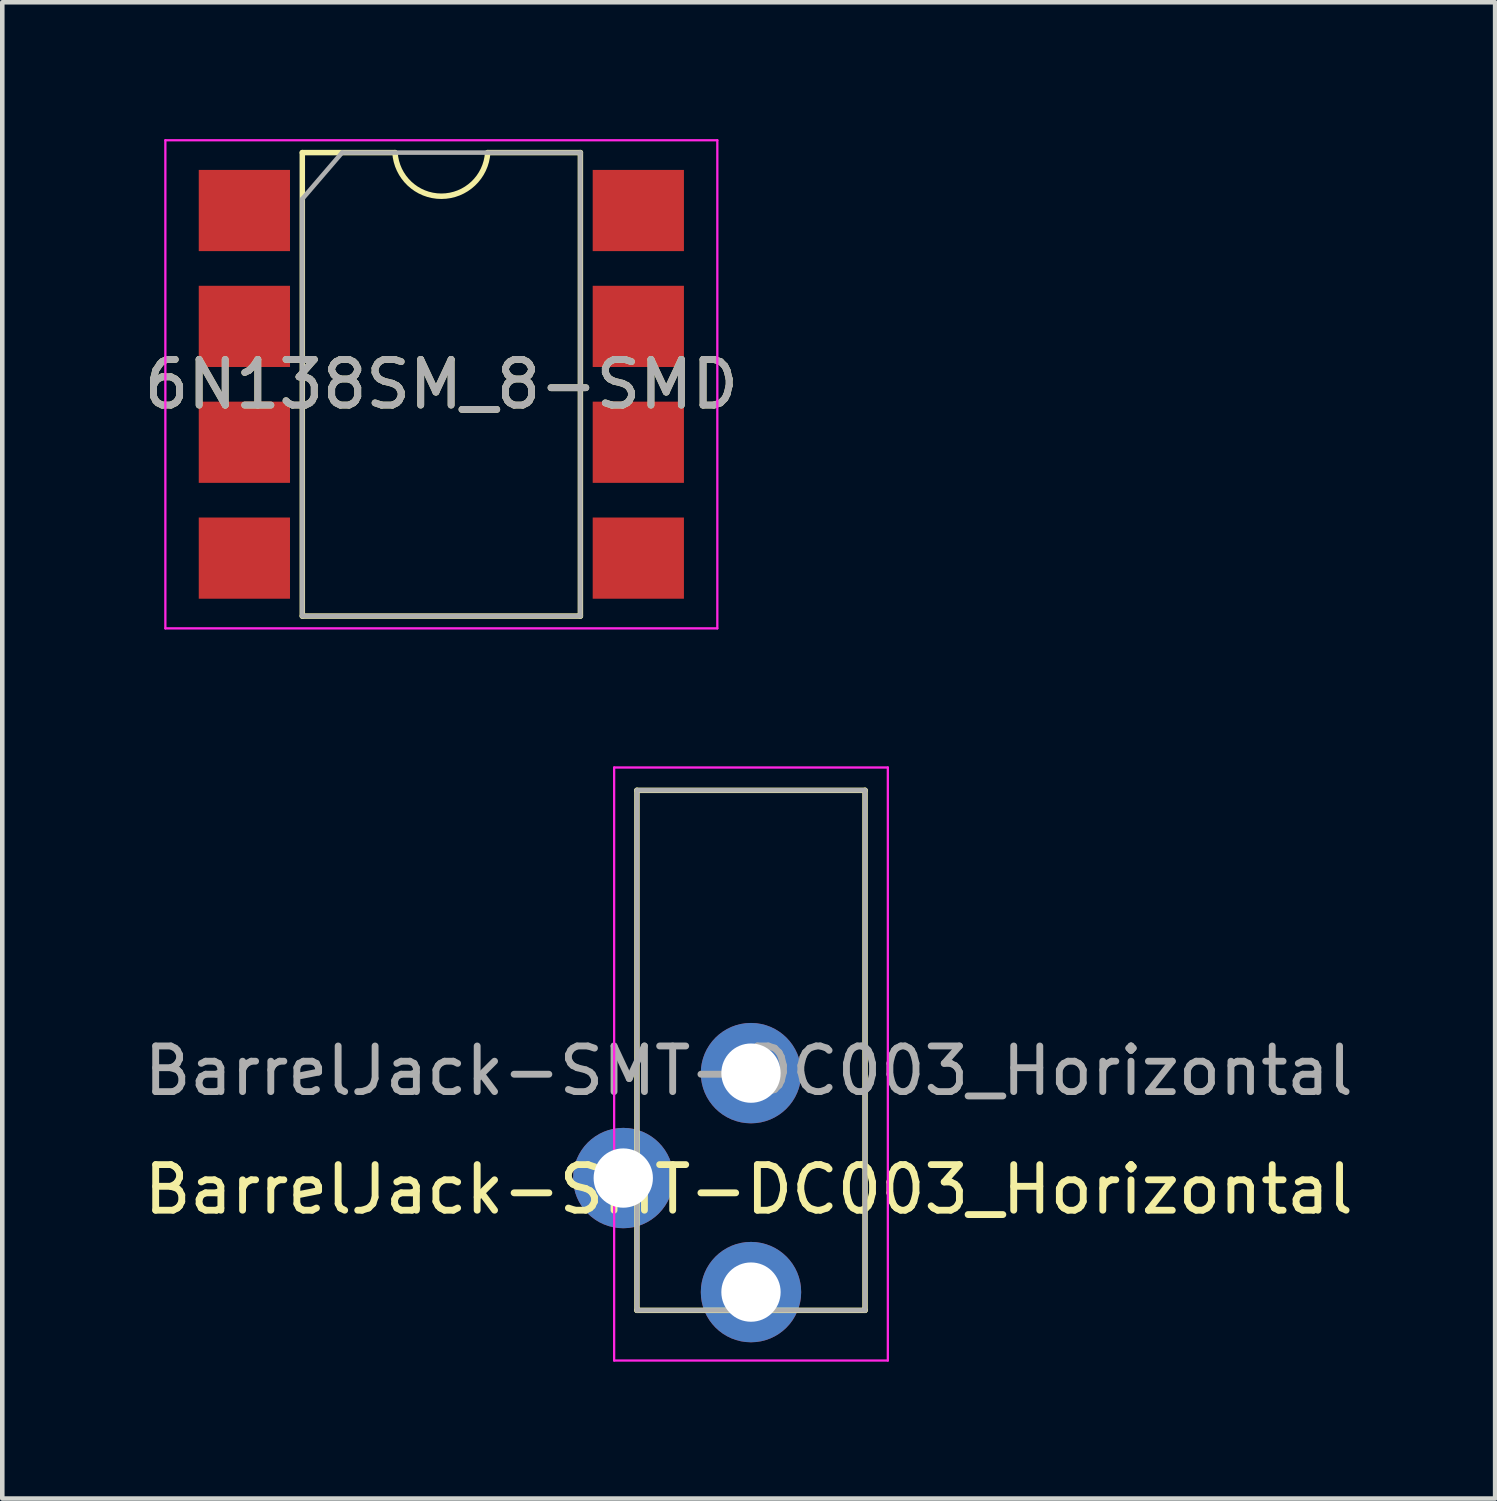
<source format=kicad_pcb>
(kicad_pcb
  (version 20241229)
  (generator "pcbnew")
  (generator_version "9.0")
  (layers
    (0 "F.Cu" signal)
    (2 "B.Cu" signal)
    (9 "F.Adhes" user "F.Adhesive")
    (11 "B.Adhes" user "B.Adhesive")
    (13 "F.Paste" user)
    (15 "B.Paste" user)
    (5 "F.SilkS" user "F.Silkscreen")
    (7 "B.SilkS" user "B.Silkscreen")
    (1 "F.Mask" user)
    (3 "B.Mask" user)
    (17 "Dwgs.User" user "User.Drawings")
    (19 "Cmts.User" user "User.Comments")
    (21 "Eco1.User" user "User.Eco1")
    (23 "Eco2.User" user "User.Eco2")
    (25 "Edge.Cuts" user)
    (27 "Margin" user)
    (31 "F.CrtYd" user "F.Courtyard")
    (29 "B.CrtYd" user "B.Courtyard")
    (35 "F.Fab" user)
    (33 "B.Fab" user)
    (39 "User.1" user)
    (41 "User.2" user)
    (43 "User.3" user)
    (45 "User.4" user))
  (footprint "6N138SM_8-SMD"
    (layer "F.Cu")
    (at 6.625 5.375)
    (property "Reference" "6N138SM_8-SMD" (at 0 0 0) (layer "F.SilkS") (effects (font (size 1 1) (thickness 0.15))))
    (attr smd)
    (fp_line (start -3.048 -5.08) (end -3.048 5.08) (stroke (width 0.12) (type solid)) (layer "F.SilkS"))
    (fp_line (start -3.048 5.08) (end 3.048 5.08) (stroke (width 0.12) (type solid)) (layer "F.SilkS"))
    (fp_line (start -1.016 -5.08) (end -3.048 -5.08) (stroke (width 0.12) (type solid)) (layer "F.SilkS"))
    (fp_line (start 3.048 -5.08) (end 1.016 -5.08) (stroke (width 0.12) (type solid)) (layer "F.SilkS"))
    (fp_line (start 3.048 5.08) (end 3.048 -5.08) (stroke (width 0.12) (type solid)) (layer "F.SilkS"))
    (fp_arc (start 1.015943 -5.079044) (mid -0.000479 -4.12223) (end -1.016 -5.08) (stroke (width 0.12) (type solid)) (layer "F.SilkS"))
    (fp_line (start -6.05 -5.35) (end -6.05 5.35) (stroke (width 0.05) (type solid)) (layer "F.CrtYd"))
    (fp_line (start -6.05 5.35) (end 6.05 5.35) (stroke (width 0.05) (type solid)) (layer "F.CrtYd"))
    (fp_line (start 6.05 -5.35) (end -6.05 -5.35) (stroke (width 0.05) (type solid)) (layer "F.CrtYd"))
    (fp_line (start 6.05 5.35) (end 6.05 -5.35) (stroke (width 0.05) (type solid)) (layer "F.CrtYd"))
    (fp_line (start -3.048 -4.064) (end -2.175 -5.08) (stroke (width 0.1) (type solid)) (layer "F.Fab"))
    (fp_line (start -3.048 5.08) (end -3.048 -4.064) (stroke (width 0.1) (type solid)) (layer "F.Fab"))
    (fp_line (start -2.175 -5.08) (end 3.048 -5.08) (stroke (width 0.1) (type solid)) (layer "F.Fab"))
    (fp_line (start 3.048 -5.08) (end 3.048 5.08) (stroke (width 0.1) (type solid)) (layer "F.Fab"))
    (fp_line (start 3.048 5.08) (end -3.048 5.08) (stroke (width 0.1) (type solid)) (layer "F.Fab"))
    (fp_text user "${REFERENCE}" (at 0 0 0) (layer "F.Fab") (effects (font (size 1 1) (thickness 0.15))))
    (pad "1" smd rect (at -4.318 -3.81) (size 2 1.78) (layers "F.Cu" "F.Mask" "F.Paste"))
    (pad "2" smd rect (at -4.318 -1.27) (size 2 1.78) (layers "F.Cu" "F.Mask" "F.Paste"))
    (pad "3" smd rect (at -4.318 1.27) (size 2 1.78) (layers "F.Cu" "F.Mask" "F.Paste"))
    (pad "4" smd rect (at -4.318 3.81) (size 2 1.78) (layers "F.Cu" "F.Mask" "F.Paste"))
    (pad "5" smd rect (at 4.318 3.81) (size 2 1.78) (layers "F.Cu" "F.Mask" "F.Paste"))
    (pad "6" smd rect (at 4.318 1.27) (size 2 1.78) (layers "F.Cu" "F.Mask" "F.Paste"))
    (pad "7" smd rect (at 4.318 -1.27) (size 2 1.78) (layers "F.Cu" "F.Mask" "F.Paste"))
    (pad "8" smd rect (at 4.318 -3.81) (size 2 1.78) (layers "F.Cu" "F.Mask" "F.Paste")))
  (footprint "BarrelJack-SMT-DC003_Horizontal"
    (layer "F.Cu")
    (at 13.413 25.275)
    (property "Reference" "BarrelJack-SMT-DC003_Horizontal" (at -0.05 -2.25 180) (layer "F.SilkS") (effects (font (size 1 1) (thickness 0.15))))
    (attr smd)
    (fp_line (start -2.5 -11) (end 2.5 -11) (stroke (width 0.12) (type solid)) (layer "F.SilkS"))
    (fp_line (start -2.5 0.4) (end -2.5 -11) (stroke (width 0.12) (type solid)) (layer "F.SilkS"))
    (fp_line (start -2.5 0.4) (end 2.5 0.4) (stroke (width 0.12) (type solid)) (layer "F.SilkS"))
    (fp_line (start 2.5 0.4) (end 2.5 -11) (stroke (width 0.12) (type solid)) (layer "F.SilkS"))
    (fp_line (start -3 -11.5) (end -3 1.5) (stroke (width 0.05) (type solid)) (layer "F.CrtYd"))
    (fp_line (start -3 1.5) (end 3 1.5) (stroke (width 0.05) (type solid)) (layer "F.CrtYd"))
    (fp_line (start 3 -11.5) (end -3 -11.5) (stroke (width 0.05) (type solid)) (layer "F.CrtYd"))
    (fp_line (start 3 1.5) (end 3 -11.5) (stroke (width 0.05) (type solid)) (layer "F.CrtYd"))
    (fp_line (start -2.5 -11) (end 2.5 -11) (stroke (width 0.1) (type solid)) (layer "F.Fab"))
    (fp_line (start -2.5 0.4) (end -2.5 -11) (stroke (width 0.1) (type solid)) (layer "F.Fab"))
    (fp_line (start -2.5 0.4) (end 2.5 0.4) (stroke (width 0.1) (type solid)) (layer "F.Fab"))
    (fp_line (start 2.5 0.4) (end 2.5 -11) (stroke (width 0.1) (type solid)) (layer "F.Fab"))
    (fp_text user "${REFERENCE}" (at -0.05 -4.85 180) (layer "F.Fab") (effects (font (size 1 1) (thickness 0.15))))
    (pad "1" thru_hole circle (at 0 0 180) (size 2.2 2.2) (drill 1.3) (layers "*.Cu" "*.Mask"))
    (pad "2" thru_hole circle (at -2.8 -2.5 180) (size 2.2 2.2) (drill 1.3) (layers "*.Cu" "*.Mask"))
    (pad "2" thru_hole circle (at 0 -4.8 180) (size 2.2 2.2) (drill 1.3) (layers "*.Cu" "*.Mask")))
  (gr_rect
    (start -3 -3)
    (end 29.726 29.8)
    (stroke (width 0.1) (type default))
    (fill no)
    (layer "Edge.Cuts")))
</source>
